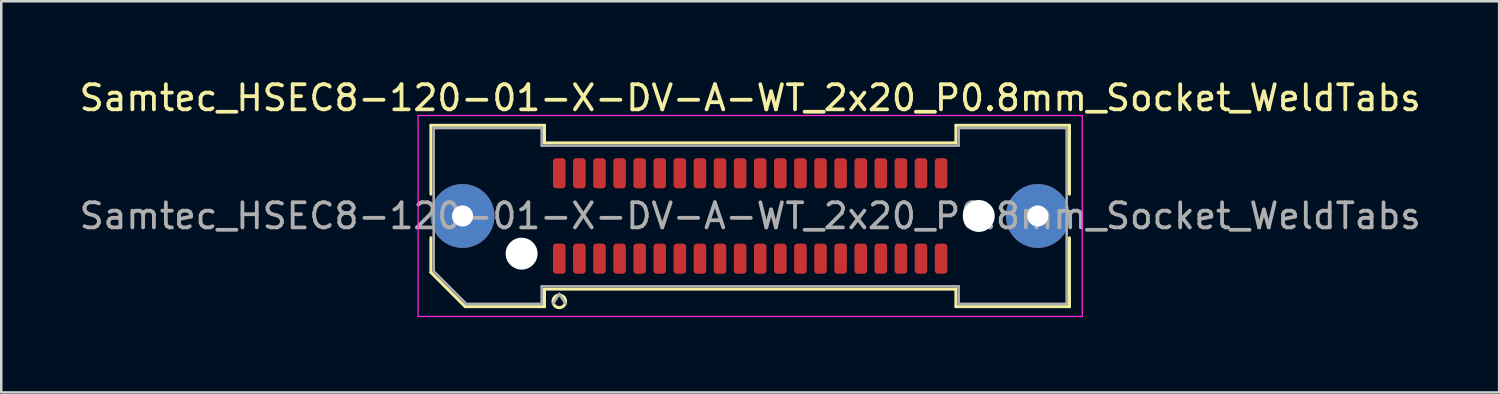
<source format=kicad_pcb>
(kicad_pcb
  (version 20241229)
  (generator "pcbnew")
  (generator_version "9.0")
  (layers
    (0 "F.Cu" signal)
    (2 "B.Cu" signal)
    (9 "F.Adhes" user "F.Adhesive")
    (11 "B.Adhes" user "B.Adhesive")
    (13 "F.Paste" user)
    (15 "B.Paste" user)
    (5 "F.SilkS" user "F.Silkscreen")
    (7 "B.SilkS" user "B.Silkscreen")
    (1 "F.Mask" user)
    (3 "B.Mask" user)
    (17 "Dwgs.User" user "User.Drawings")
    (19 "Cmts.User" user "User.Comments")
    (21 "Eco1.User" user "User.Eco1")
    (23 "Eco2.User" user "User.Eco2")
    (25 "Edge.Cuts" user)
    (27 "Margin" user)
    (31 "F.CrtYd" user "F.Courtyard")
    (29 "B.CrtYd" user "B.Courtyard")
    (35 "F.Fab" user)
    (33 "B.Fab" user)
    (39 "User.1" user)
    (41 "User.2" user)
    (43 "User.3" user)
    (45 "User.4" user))
  (footprint "Samtec_HSEC8-120-01-X-DV-A-WT_2x20_P0.8mm_Socket_WeldTabs"
    (layer "F.Cu")
    (at 26.815 5.548)
    (property "Reference" "Samtec_HSEC8-120-01-X-DV-A-WT_2x20_P0.8mm_Socket_WeldTabs" (at 0 -4.7 0) (layer "F.SilkS") (effects (font (size 1 1) (thickness 0.15))))
    (attr smd)
    (fp_line (start -12.71 -3.61) (end -8.19 -3.61) (stroke (width 0.12) (type solid)) (layer "F.SilkS"))
    (fp_line (start -12.71 -0.868) (end -12.71 -3.61) (stroke (width 0.12) (type solid)) (layer "F.SilkS"))
    (fp_line (start -12.71 2.246) (end -12.71 0.868) (stroke (width 0.12) (type solid)) (layer "F.SilkS"))
    (fp_line (start -11.346 3.61) (end -12.71 2.246) (stroke (width 0.12) (type solid)) (layer "F.SilkS"))
    (fp_line (start -8.19 -3.61) (end -8.19 -2.91) (stroke (width 0.12) (type solid)) (layer "F.SilkS"))
    (fp_line (start -8.19 -2.91) (end 8.19 -2.91) (stroke (width 0.12) (type solid)) (layer "F.SilkS"))
    (fp_line (start -8.19 2.91) (end -8.19 3.61) (stroke (width 0.12) (type solid)) (layer "F.SilkS"))
    (fp_line (start -8.19 3.61) (end -11.346 3.61) (stroke (width 0.12) (type solid)) (layer "F.SilkS"))
    (fp_line (start 8.19 -3.61) (end 12.71 -3.61) (stroke (width 0.12) (type solid)) (layer "F.SilkS"))
    (fp_line (start 8.19 -2.91) (end 8.19 -3.61) (stroke (width 0.12) (type solid)) (layer "F.SilkS"))
    (fp_line (start 8.19 2.91) (end -8.19 2.91) (stroke (width 0.12) (type solid)) (layer "F.SilkS"))
    (fp_line (start 8.19 3.61) (end 8.19 2.91) (stroke (width 0.12) (type solid)) (layer "F.SilkS"))
    (fp_line (start 12.71 -3.61) (end 12.71 -0.868) (stroke (width 0.12) (type solid)) (layer "F.SilkS"))
    (fp_line (start 12.71 0.868) (end 12.71 3.61) (stroke (width 0.12) (type solid)) (layer "F.SilkS"))
    (fp_line (start 12.71 3.61) (end 8.19 3.61) (stroke (width 0.12) (type solid)) (layer "F.SilkS"))
    (fp_arc (start -7.35 3.4) (mid -7.85 3.4) (end -7.35 3.4) (stroke (width 0.12) (type solid)) (layer "F.SilkS"))
    (fp_line (start -13.22 -4) (end -13.22 4) (stroke (width 0.05) (type solid)) (layer "F.CrtYd"))
    (fp_line (start -13.22 4) (end 13.22 4) (stroke (width 0.05) (type solid)) (layer "F.CrtYd"))
    (fp_line (start 13.22 -4) (end -13.22 -4) (stroke (width 0.05) (type solid)) (layer "F.CrtYd"))
    (fp_line (start 13.22 4) (end 13.22 -4) (stroke (width 0.05) (type solid)) (layer "F.CrtYd"))
    (fp_line (start -12.6 -3.5) (end -8.3 -3.5) (stroke (width 0.1) (type solid)) (layer "F.Fab"))
    (fp_line (start -12.6 2.2) (end -12.6 -3.5) (stroke (width 0.1) (type solid)) (layer "F.Fab"))
    (fp_line (start -11.3 3.5) (end -12.6 2.2) (stroke (width 0.1) (type solid)) (layer "F.Fab"))
    (fp_line (start -8.3 -3.5) (end -8.3 -2.8) (stroke (width 0.1) (type solid)) (layer "F.Fab"))
    (fp_line (start -8.3 -2.8) (end 8.3 -2.8) (stroke (width 0.1) (type solid)) (layer "F.Fab"))
    (fp_line (start -8.3 2.8) (end -8.3 3.5) (stroke (width 0.1) (type solid)) (layer "F.Fab"))
    (fp_line (start -8.3 3.5) (end -11.3 3.5) (stroke (width 0.1) (type solid)) (layer "F.Fab"))
    (fp_line (start -7.6 3.1) (end -7.85 3.5) (stroke (width 0.1) (type solid)) (layer "F.Fab"))
    (fp_line (start -7.6 3.1) (end -7.35 3.5) (stroke (width 0.1) (type solid)) (layer "F.Fab"))
    (fp_line (start 8.3 -3.5) (end 12.6 -3.5) (stroke (width 0.1) (type solid)) (layer "F.Fab"))
    (fp_line (start 8.3 -2.8) (end 8.3 -3.5) (stroke (width 0.1) (type solid)) (layer "F.Fab"))
    (fp_line (start 8.3 2.8) (end -8.3 2.8) (stroke (width 0.1) (type solid)) (layer "F.Fab"))
    (fp_line (start 8.3 3.5) (end 8.3 2.8) (stroke (width 0.1) (type solid)) (layer "F.Fab"))
    (fp_line (start 12.6 -3.5) (end 12.6 3.5) (stroke (width 0.1) (type solid)) (layer "F.Fab"))
    (fp_line (start 12.6 3.5) (end 8.3 3.5) (stroke (width 0.1) (type solid)) (layer "F.Fab"))
    (fp_text user "${REFERENCE}" (at 0 0 0) (layer "F.Fab") (effects (font (size 1 1) (thickness 0.15))))
    (pad "" thru_hole circle (at -11.45 0) (size 2.54 2.54) (drill 0.84) (layers "*.Cu" "*.Mask" "F.Paste"))
    (pad "" np_thru_hole circle (at -9.1 1.5) (size 1.27 1.27) (drill 1.27) (layers "*.Cu" "*.Mask"))
    (pad "" np_thru_hole circle (at 9.1 0) (size 1.27 1.27) (drill 1.27) (layers "*.Cu" "*.Mask"))
    (pad "" thru_hole circle (at 11.45 0) (size 2.54 2.54) (drill 0.84) (layers "*.Cu" "*.Mask" "F.Paste"))
    (pad "1" smd roundrect (at -7.6 1.7) (size 0.5 1.2) (layers "F.Cu" "F.Mask" "F.Paste") (roundrect_rratio 0.25))
    (pad "2" smd roundrect (at -7.6 -1.7) (size 0.5 1.2) (layers "F.Cu" "F.Mask" "F.Paste") (roundrect_rratio 0.25))
    (pad "3" smd roundrect (at -6.8 1.7) (size 0.5 1.2) (layers "F.Cu" "F.Mask" "F.Paste") (roundrect_rratio 0.25))
    (pad "4" smd roundrect (at -6.8 -1.7) (size 0.5 1.2) (layers "F.Cu" "F.Mask" "F.Paste") (roundrect_rratio 0.25))
    (pad "5" smd roundrect (at -6 1.7) (size 0.5 1.2) (layers "F.Cu" "F.Mask" "F.Paste") (roundrect_rratio 0.25))
    (pad "6" smd roundrect (at -6 -1.7) (size 0.5 1.2) (layers "F.Cu" "F.Mask" "F.Paste") (roundrect_rratio 0.25))
    (pad "7" smd roundrect (at -5.2 1.7) (size 0.5 1.2) (layers "F.Cu" "F.Mask" "F.Paste") (roundrect_rratio 0.25))
    (pad "8" smd roundrect (at -5.2 -1.7) (size 0.5 1.2) (layers "F.Cu" "F.Mask" "F.Paste") (roundrect_rratio 0.25))
    (pad "9" smd roundrect (at -4.4 1.7) (size 0.5 1.2) (layers "F.Cu" "F.Mask" "F.Paste") (roundrect_rratio 0.25))
    (pad "10" smd roundrect (at -4.4 -1.7) (size 0.5 1.2) (layers "F.Cu" "F.Mask" "F.Paste") (roundrect_rratio 0.25))
    (pad "11" smd roundrect (at -3.6 1.7) (size 0.5 1.2) (layers "F.Cu" "F.Mask" "F.Paste") (roundrect_rratio 0.25))
    (pad "12" smd roundrect (at -3.6 -1.7) (size 0.5 1.2) (layers "F.Cu" "F.Mask" "F.Paste") (roundrect_rratio 0.25))
    (pad "13" smd roundrect (at -2.8 1.7) (size 0.5 1.2) (layers "F.Cu" "F.Mask" "F.Paste") (roundrect_rratio 0.25))
    (pad "14" smd roundrect (at -2.8 -1.7) (size 0.5 1.2) (layers "F.Cu" "F.Mask" "F.Paste") (roundrect_rratio 0.25))
    (pad "15" smd roundrect (at -2 1.7) (size 0.5 1.2) (layers "F.Cu" "F.Mask" "F.Paste") (roundrect_rratio 0.25))
    (pad "16" smd roundrect (at -2 -1.7) (size 0.5 1.2) (layers "F.Cu" "F.Mask" "F.Paste") (roundrect_rratio 0.25))
    (pad "17" smd roundrect (at -1.2 1.7) (size 0.5 1.2) (layers "F.Cu" "F.Mask" "F.Paste") (roundrect_rratio 0.25))
    (pad "18" smd roundrect (at -1.2 -1.7) (size 0.5 1.2) (layers "F.Cu" "F.Mask" "F.Paste") (roundrect_rratio 0.25))
    (pad "19" smd roundrect (at -0.4 1.7) (size 0.5 1.2) (layers "F.Cu" "F.Mask" "F.Paste") (roundrect_rratio 0.25))
    (pad "20" smd roundrect (at -0.4 -1.7) (size 0.5 1.2) (layers "F.Cu" "F.Mask" "F.Paste") (roundrect_rratio 0.25))
    (pad "21" smd roundrect (at 0.4 1.7) (size 0.5 1.2) (layers "F.Cu" "F.Mask" "F.Paste") (roundrect_rratio 0.25))
    (pad "22" smd roundrect (at 0.4 -1.7) (size 0.5 1.2) (layers "F.Cu" "F.Mask" "F.Paste") (roundrect_rratio 0.25))
    (pad "23" smd roundrect (at 1.2 1.7) (size 0.5 1.2) (layers "F.Cu" "F.Mask" "F.Paste") (roundrect_rratio 0.25))
    (pad "24" smd roundrect (at 1.2 -1.7) (size 0.5 1.2) (layers "F.Cu" "F.Mask" "F.Paste") (roundrect_rratio 0.25))
    (pad "25" smd roundrect (at 2 1.7) (size 0.5 1.2) (layers "F.Cu" "F.Mask" "F.Paste") (roundrect_rratio 0.25))
    (pad "26" smd roundrect (at 2 -1.7) (size 0.5 1.2) (layers "F.Cu" "F.Mask" "F.Paste") (roundrect_rratio 0.25))
    (pad "27" smd roundrect (at 2.8 1.7) (size 0.5 1.2) (layers "F.Cu" "F.Mask" "F.Paste") (roundrect_rratio 0.25))
    (pad "28" smd roundrect (at 2.8 -1.7) (size 0.5 1.2) (layers "F.Cu" "F.Mask" "F.Paste") (roundrect_rratio 0.25))
    (pad "29" smd roundrect (at 3.6 1.7) (size 0.5 1.2) (layers "F.Cu" "F.Mask" "F.Paste") (roundrect_rratio 0.25))
    (pad "30" smd roundrect (at 3.6 -1.7) (size 0.5 1.2) (layers "F.Cu" "F.Mask" "F.Paste") (roundrect_rratio 0.25))
    (pad "31" smd roundrect (at 4.4 1.7) (size 0.5 1.2) (layers "F.Cu" "F.Mask" "F.Paste") (roundrect_rratio 0.25))
    (pad "32" smd roundrect (at 4.4 -1.7) (size 0.5 1.2) (layers "F.Cu" "F.Mask" "F.Paste") (roundrect_rratio 0.25))
    (pad "33" smd roundrect (at 5.2 1.7) (size 0.5 1.2) (layers "F.Cu" "F.Mask" "F.Paste") (roundrect_rratio 0.25))
    (pad "34" smd roundrect (at 5.2 -1.7) (size 0.5 1.2) (layers "F.Cu" "F.Mask" "F.Paste") (roundrect_rratio 0.25))
    (pad "35" smd roundrect (at 6 1.7) (size 0.5 1.2) (layers "F.Cu" "F.Mask" "F.Paste") (roundrect_rratio 0.25))
    (pad "36" smd roundrect (at 6 -1.7) (size 0.5 1.2) (layers "F.Cu" "F.Mask" "F.Paste") (roundrect_rratio 0.25))
    (pad "37" smd roundrect (at 6.8 1.7) (size 0.5 1.2) (layers "F.Cu" "F.Mask" "F.Paste") (roundrect_rratio 0.25))
    (pad "38" smd roundrect (at 6.8 -1.7) (size 0.5 1.2) (layers "F.Cu" "F.Mask" "F.Paste") (roundrect_rratio 0.25))
    (pad "39" smd roundrect (at 7.6 1.7) (size 0.5 1.2) (layers "F.Cu" "F.Mask" "F.Paste") (roundrect_rratio 0.25))
    (pad "40" smd roundrect (at 7.6 -1.7) (size 0.5 1.2) (layers "F.Cu" "F.Mask" "F.Paste") (roundrect_rratio 0.25)))
  (gr_rect
    (start -3 -3)
    (end 56.631 12.573)
    (stroke (width 0.1) (type default))
    (fill no)
    (layer "Edge.Cuts")))
</source>
